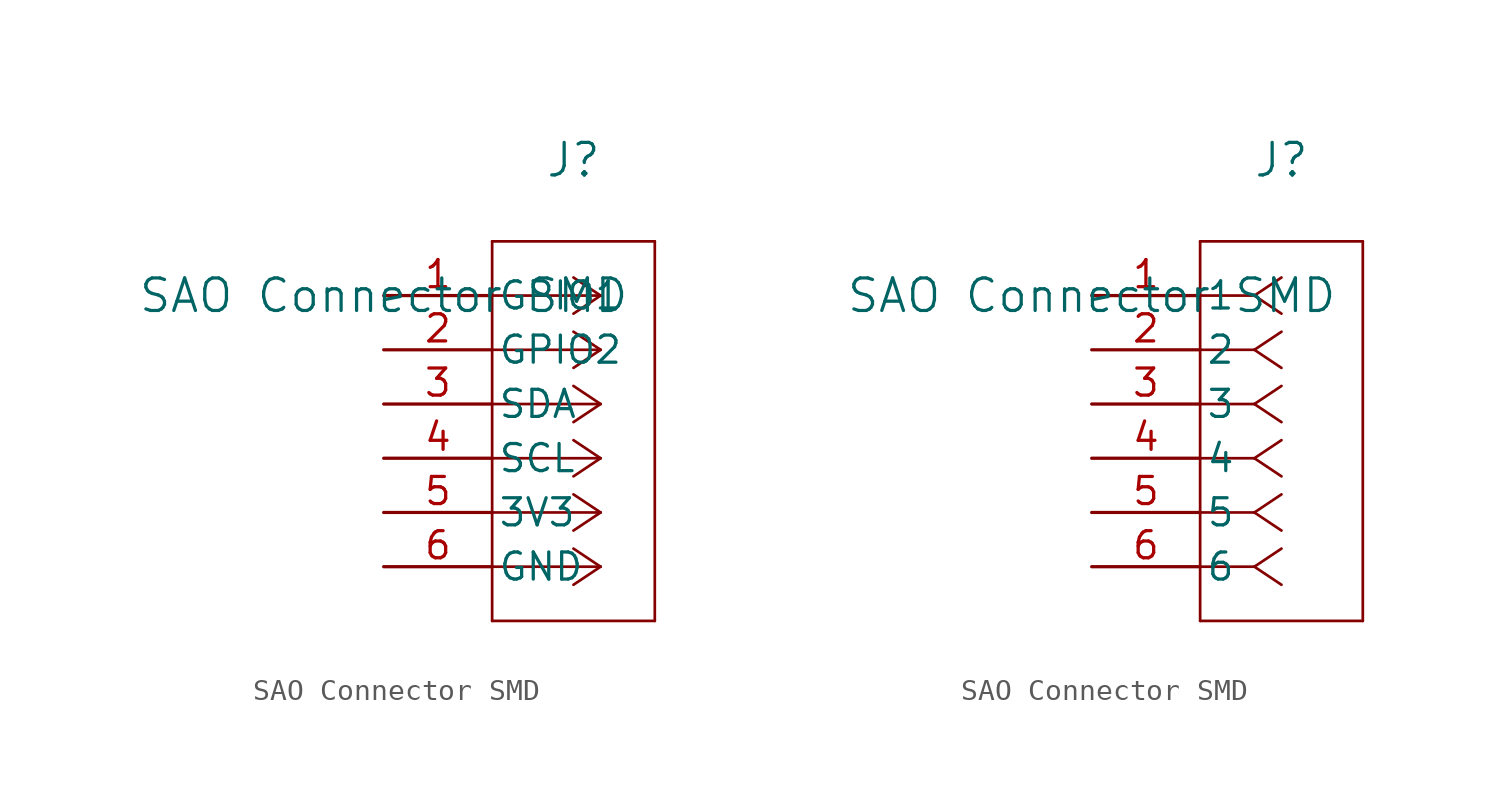
<source format=kicad_sym>
(kicad_symbol_lib
  (version 20231120)
  (generator "kicad_symbol_editor")
  (generator_version "8.0")
  (symbol "SAO Connector SMD"
    (pin_names
      (offset 0.254))
    (property "Reference" "J"
      (at 8.89 6.35 0)
      (effects (font (size 1.524 1.524))))
    (property "Value" "SAO Connector SMD"
      (at 0 0 0)
      (effects (font (size 1.524 1.524))))
    (symbol "SAO Connector SMD_1_1"
      (polyline (pts (xy 5.08 -15.24) (xy 12.7 -15.24)) (stroke (width 0.127) (type default)) (fill (type none)))
      (polyline (pts (xy 5.08 2.54) (xy 5.08 -15.24)) (stroke (width 0.127) (type default)) (fill (type none)))
      (polyline (pts (xy 10.16 -12.7) (xy 5.08 -12.7)) (stroke (width 0.127) (type default)) (fill (type none)))
      (polyline (pts (xy 10.16 -12.7) (xy 8.89 -13.547)) (stroke (width 0.127) (type default)) (fill (type none)))
      (polyline (pts (xy 10.16 -12.7) (xy 8.89 -11.853)) (stroke (width 0.127) (type default)) (fill (type none)))
      (polyline (pts (xy 10.16 -10.16) (xy 5.08 -10.16)) (stroke (width 0.127) (type default)) (fill (type none)))
      (polyline (pts (xy 10.16 -10.16) (xy 8.89 -11.007)) (stroke (width 0.127) (type default)) (fill (type none)))
      (polyline (pts (xy 10.16 -10.16) (xy 8.89 -9.313)) (stroke (width 0.127) (type default)) (fill (type none)))
      (polyline (pts (xy 10.16 -7.62) (xy 5.08 -7.62)) (stroke (width 0.127) (type default)) (fill (type none)))
      (polyline (pts (xy 10.16 -7.62) (xy 8.89 -8.467)) (stroke (width 0.127) (type default)) (fill (type none)))
      (polyline (pts (xy 10.16 -7.62) (xy 8.89 -6.773)) (stroke (width 0.127) (type default)) (fill (type none)))
      (polyline (pts (xy 10.16 -5.08) (xy 5.08 -5.08)) (stroke (width 0.127) (type default)) (fill (type none)))
      (polyline (pts (xy 10.16 -5.08) (xy 8.89 -5.927)) (stroke (width 0.127) (type default)) (fill (type none)))
      (polyline (pts (xy 10.16 -5.08) (xy 8.89 -4.233)) (stroke (width 0.127) (type default)) (fill (type none)))
      (polyline (pts (xy 10.16 -2.54) (xy 5.08 -2.54)) (stroke (width 0.127) (type default)) (fill (type none)))
      (polyline (pts (xy 10.16 -2.54) (xy 8.89 -3.387)) (stroke (width 0.127) (type default)) (fill (type none)))
      (polyline (pts (xy 10.16 -2.54) (xy 8.89 -1.693)) (stroke (width 0.127) (type default)) (fill (type none)))
      (polyline (pts (xy 10.16 0) (xy 5.08 0)) (stroke (width 0.127) (type default)) (fill (type none)))
      (polyline (pts (xy 10.16 0) (xy 8.89 -0.847)) (stroke (width 0.127) (type default)) (fill (type none)))
      (polyline (pts (xy 10.16 0) (xy 8.89 0.847)) (stroke (width 0.127) (type default)) (fill (type none)))
      (polyline (pts (xy 12.7 -15.24) (xy 12.7 2.54)) (stroke (width 0.127) (type default)) (fill (type none)))
      (polyline (pts (xy 12.7 2.54) (xy 5.08 2.54)) (stroke (width 0.127) (type default)) (fill (type none)))
      (pin unspecified line (at 0 0 0) (length 5.08) (name "GPIO1" (effects (font (size 1.27 1.27)))) (number "1" (effects (font (size 1.27 1.27)))))
      (pin unspecified line (at 0 -2.54 0) (length 5.08) (name "GPIO2" (effects (font (size 1.27 1.27)))) (number "2" (effects (font (size 1.27 1.27)))))
      (pin unspecified line (at 0 -5.08 0) (length 5.08) (name "SDA" (effects (font (size 1.27 1.27)))) (number "3" (effects (font (size 1.27 1.27)))))
      (pin unspecified line (at 0 -7.62 0) (length 5.08) (name "SCL" (effects (font (size 1.27 1.27)))) (number "4" (effects (font (size 1.27 1.27)))))
      (pin unspecified line (at 0 -10.16 0) (length 5.08) (name "3V3" (effects (font (size 1.27 1.27)))) (number "5" (effects (font (size 1.27 1.27)))))
      (pin unspecified line (at 0 -12.7 0) (length 5.08) (name "GND" (effects (font (size 1.27 1.27)))) (number "6" (effects (font (size 1.27 1.27))))))
    (symbol "SAO Connector SMD_1_2"
      (polyline (pts (xy 5.08 -15.24) (xy 12.7 -15.24)) (stroke (width 0.127) (type default)) (fill (type none)))
      (polyline (pts (xy 5.08 2.54) (xy 5.08 -15.24)) (stroke (width 0.127) (type default)) (fill (type none)))
      (polyline (pts (xy 7.62 -12.7) (xy 5.08 -12.7)) (stroke (width 0.127) (type default)) (fill (type none)))
      (polyline (pts (xy 7.62 -12.7) (xy 8.89 -13.547)) (stroke (width 0.127) (type default)) (fill (type none)))
      (polyline (pts (xy 7.62 -12.7) (xy 8.89 -11.853)) (stroke (width 0.127) (type default)) (fill (type none)))
      (polyline (pts (xy 7.62 -10.16) (xy 5.08 -10.16)) (stroke (width 0.127) (type default)) (fill (type none)))
      (polyline (pts (xy 7.62 -10.16) (xy 8.89 -11.007)) (stroke (width 0.127) (type default)) (fill (type none)))
      (polyline (pts (xy 7.62 -10.16) (xy 8.89 -9.313)) (stroke (width 0.127) (type default)) (fill (type none)))
      (polyline (pts (xy 7.62 -7.62) (xy 5.08 -7.62)) (stroke (width 0.127) (type default)) (fill (type none)))
      (polyline (pts (xy 7.62 -7.62) (xy 8.89 -8.467)) (stroke (width 0.127) (type default)) (fill (type none)))
      (polyline (pts (xy 7.62 -7.62) (xy 8.89 -6.773)) (stroke (width 0.127) (type default)) (fill (type none)))
      (polyline (pts (xy 7.62 -5.08) (xy 5.08 -5.08)) (stroke (width 0.127) (type default)) (fill (type none)))
      (polyline (pts (xy 7.62 -5.08) (xy 8.89 -5.927)) (stroke (width 0.127) (type default)) (fill (type none)))
      (polyline (pts (xy 7.62 -5.08) (xy 8.89 -4.233)) (stroke (width 0.127) (type default)) (fill (type none)))
      (polyline (pts (xy 7.62 -2.54) (xy 5.08 -2.54)) (stroke (width 0.127) (type default)) (fill (type none)))
      (polyline (pts (xy 7.62 -2.54) (xy 8.89 -3.387)) (stroke (width 0.127) (type default)) (fill (type none)))
      (polyline (pts (xy 7.62 -2.54) (xy 8.89 -1.693)) (stroke (width 0.127) (type default)) (fill (type none)))
      (polyline (pts (xy 7.62 0) (xy 5.08 0)) (stroke (width 0.127) (type default)) (fill (type none)))
      (polyline (pts (xy 7.62 0) (xy 8.89 -0.847)) (stroke (width 0.127) (type default)) (fill (type none)))
      (polyline (pts (xy 7.62 0) (xy 8.89 0.847)) (stroke (width 0.127) (type default)) (fill (type none)))
      (polyline (pts (xy 12.7 -15.24) (xy 12.7 2.54)) (stroke (width 0.127) (type default)) (fill (type none)))
      (polyline (pts (xy 12.7 2.54) (xy 5.08 2.54)) (stroke (width 0.127) (type default)) (fill (type none)))
      (pin unspecified line (at 0 0 0) (length 5.08) (name "1" (effects (font (size 1.27 1.27)))) (number "1" (effects (font (size 1.27 1.27)))))
      (pin unspecified line (at 0 -2.54 0) (length 5.08) (name "2" (effects (font (size 1.27 1.27)))) (number "2" (effects (font (size 1.27 1.27)))))
      (pin unspecified line (at 0 -5.08 0) (length 5.08) (name "3" (effects (font (size 1.27 1.27)))) (number "3" (effects (font (size 1.27 1.27)))))
      (pin unspecified line (at 0 -7.62 0) (length 5.08) (name "4" (effects (font (size 1.27 1.27)))) (number "4" (effects (font (size 1.27 1.27)))))
      (pin unspecified line (at 0 -10.16 0) (length 5.08) (name "5" (effects (font (size 1.27 1.27)))) (number "5" (effects (font (size 1.27 1.27)))))
      (pin unspecified line (at 0 -12.7 0) (length 5.08) (name "6" (effects (font (size 1.27 1.27)))) (number "6" (effects (font (size 1.27 1.27))))))))
</source>
